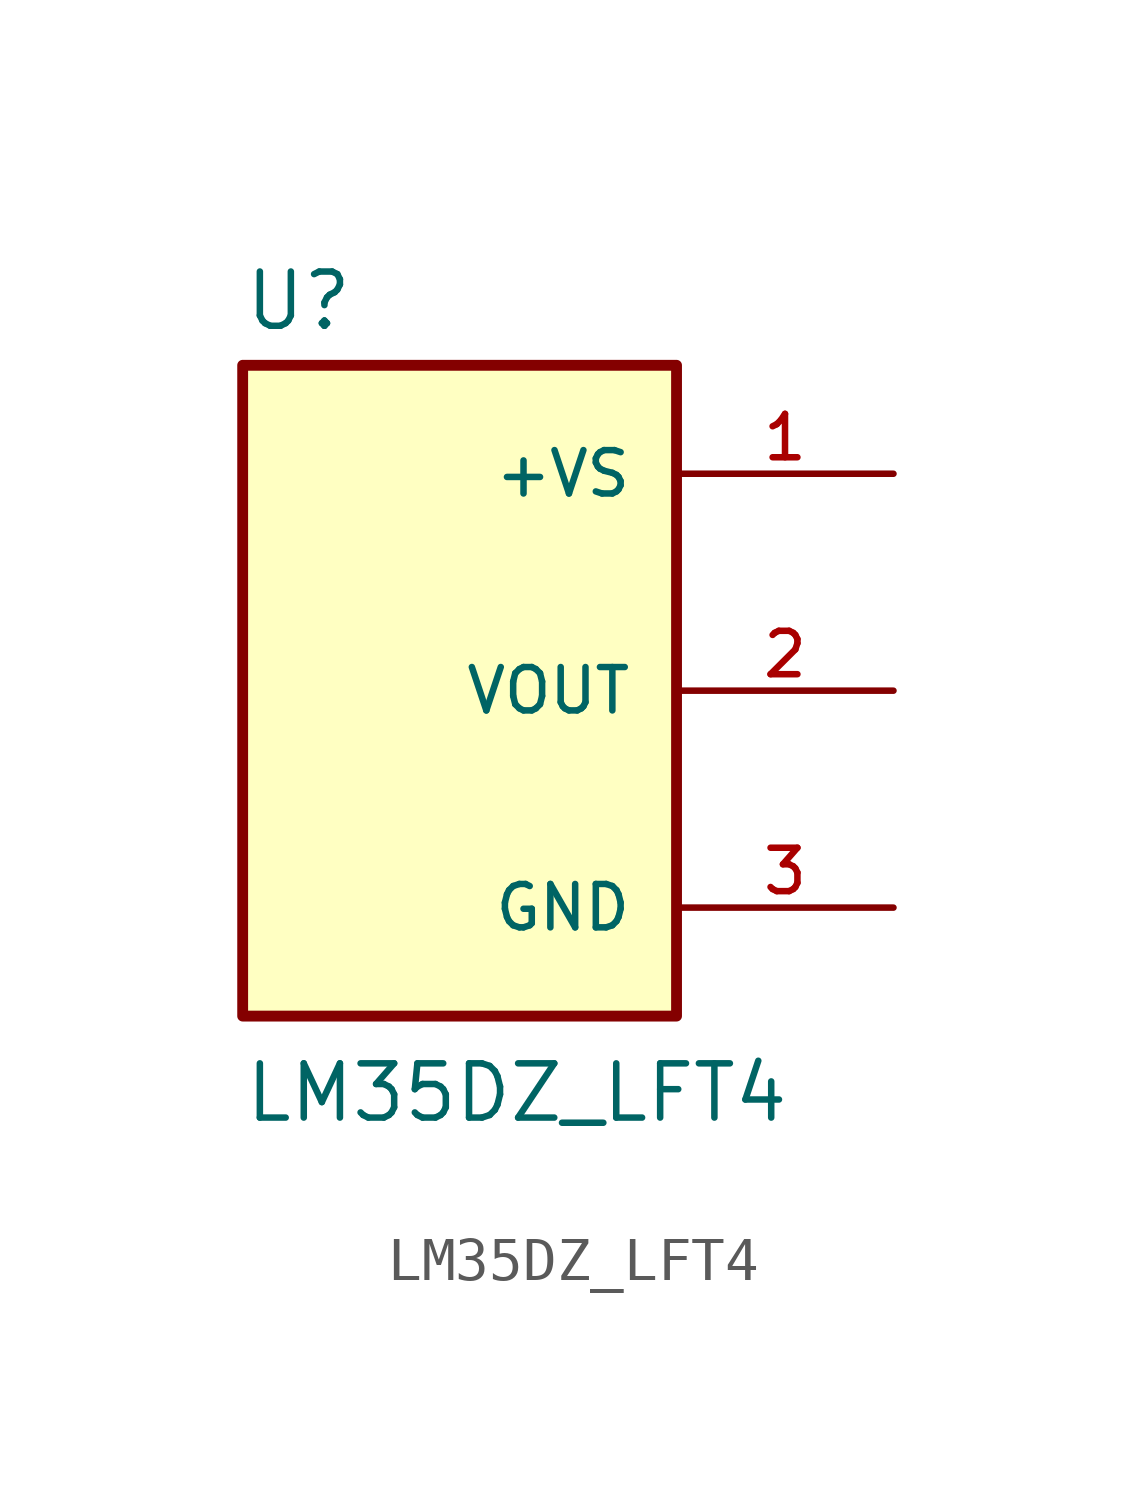
<source format=kicad_sym>
(kicad_symbol_lib
  (version 20211014)
  (generator kicad_symbol_editor)
  (symbol "LM35DZ_LFT4"
    (pin_names
      (offset 1.016))
    (property "Reference" "U"
      (at -5.08 8.382 0)
      (effects (font (size 1.27 1.27)) (justify bottom left)))
    (property "Value" "LM35DZ_LFT4"
      (at -5.08 -10.16 0)
      (effects (font (size 1.27 1.27)) (justify bottom left)))
    (symbol "LM35DZ_LFT4_0_0"
      (rectangle (start -5.08 -7.62) (end 5.08 7.62) (stroke (width 0.254)) (fill (type background)))
      (pin power_in line (at 10.16 5.08 180.0) (length 5.08) (name "+VS" (effects (font (size 1.016 1.016)))) (number "1" (effects (font (size 1.016 1.016)))))
      (pin output line (at 10.16 0.0 180.0) (length 5.08) (name "VOUT" (effects (font (size 1.016 1.016)))) (number "2" (effects (font (size 1.016 1.016)))))
      (pin power_in line (at 10.16 -5.08 180.0) (length 5.08) (name "GND" (effects (font (size 1.016 1.016)))) (number "3" (effects (font (size 1.016 1.016))))))))
</source>
